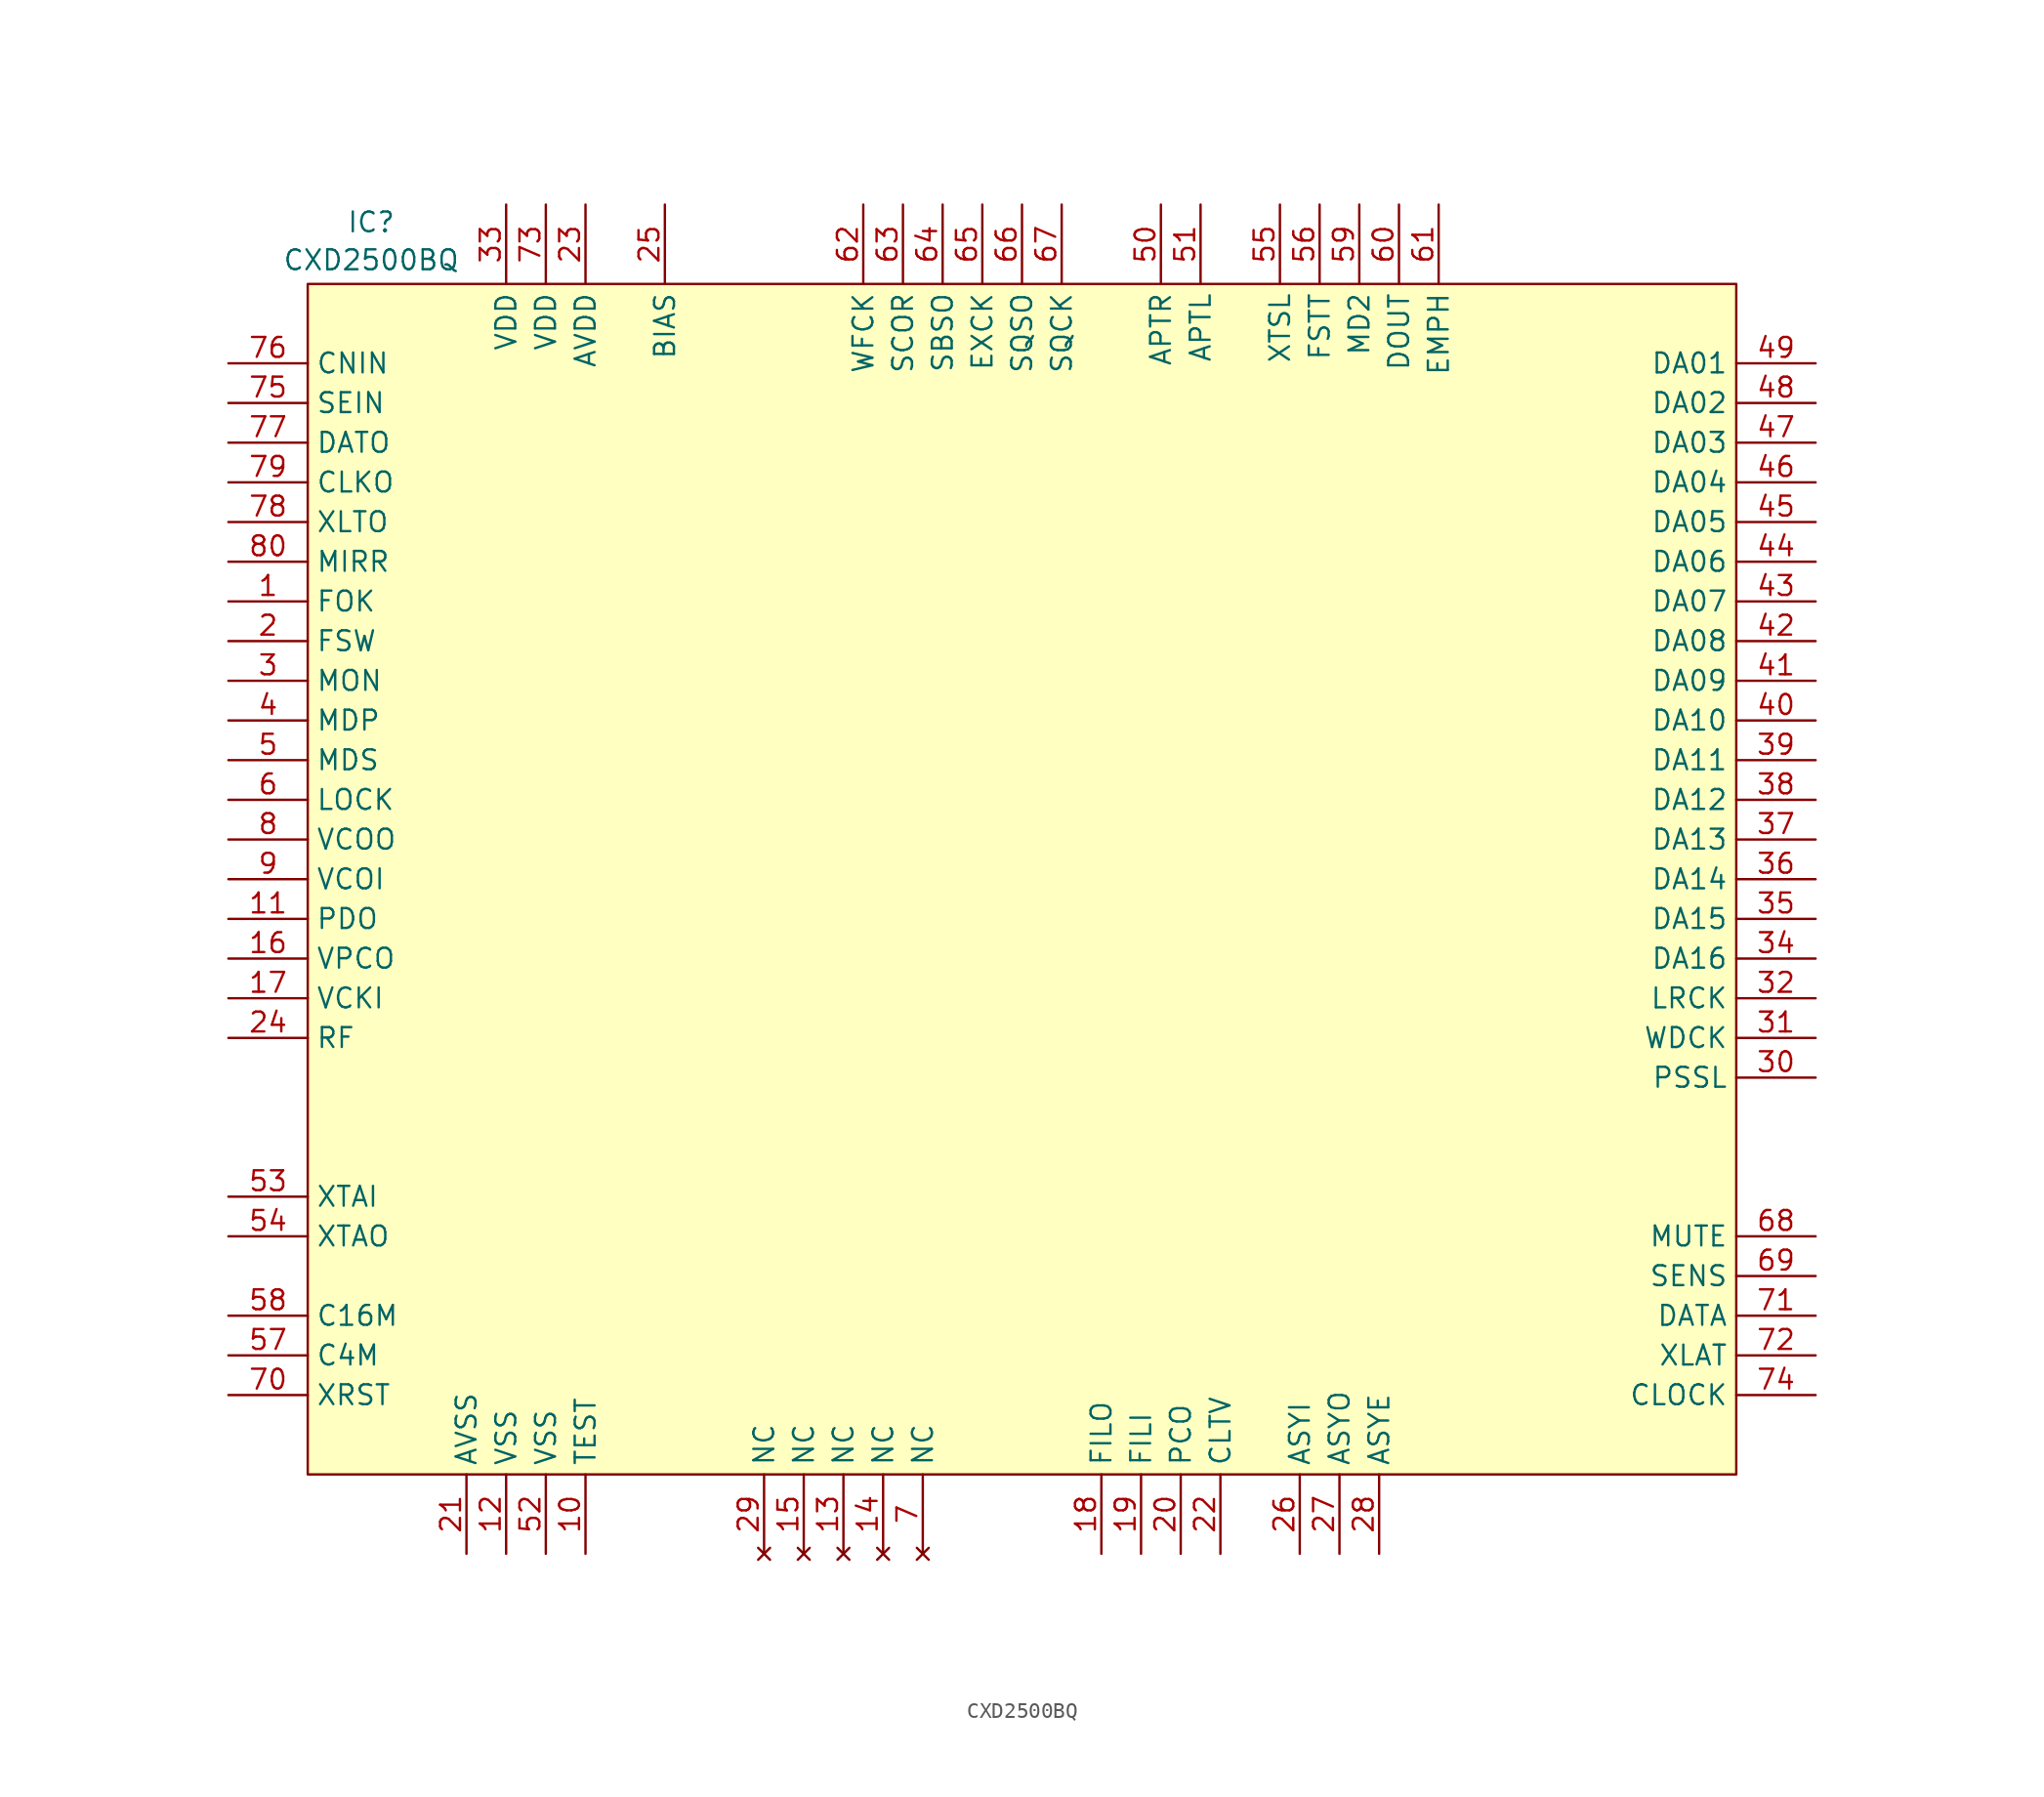
<source format=kicad_sym>
(kicad_symbol_lib
  (version 20231120)
  (generator "kicad_symbol_editor")
  (generator_version "8.0")
  (symbol "CXD2500BQ"
    (property "Reference" "IC"
      (at -41.656 42.048 0)
      (effects (font (size 1.27 1.27))))
    (property "Value" "CXD2500BQ"
      (at -41.656 39.624 0)
      (effects (font (size 1.27 1.27))))
    (symbol "CXD2500BQ_1_1"
      (rectangle (start -45.72 38.1) (end 45.72 -38.1) (stroke (width 0) (type default)) (fill (type background)))
      (pin input line (at -50.8 17.78 0) (length 5.08) (name "FOK" (effects (font (size 1.27 1.27)))) (number "1" (effects (font (size 1.27 1.27)))))
      (pin input line (at -27.94 -43.18 90) (length 5.08) (name "TEST" (effects (font (size 1.27 1.27)))) (number "10" (effects (font (size 1.27 1.27)))))
      (pin output line (at -50.8 -2.54 0) (length 5.08) (name "PDO" (effects (font (size 1.27 1.27)))) (number "11" (effects (font (size 1.27 1.27)))))
      (pin power_in line (at -33.02 -43.18 90) (length 5.08) (name "VSS" (effects (font (size 1.27 1.27)))) (number "12" (effects (font (size 1.27 1.27)))))
      (pin no_connect line (at -11.43 -43.18 90) (length 5.08) (name "NC" (effects (font (size 1.27 1.27)))) (number "13" (effects (font (size 1.27 1.27)))))
      (pin no_connect line (at -8.89 -43.18 90) (length 5.08) (name "NC" (effects (font (size 1.27 1.27)))) (number "14" (effects (font (size 1.27 1.27)))))
      (pin no_connect line (at -13.97 -43.18 90) (length 5.08) (name "NC" (effects (font (size 1.27 1.27)))) (number "15" (effects (font (size 1.27 1.27)))))
      (pin output line (at -50.8 -5.08 0) (length 5.08) (name "VPCO" (effects (font (size 1.27 1.27)))) (number "16" (effects (font (size 1.27 1.27)))))
      (pin input line (at -50.8 -7.62 0) (length 5.08) (name "VCKI" (effects (font (size 1.27 1.27)))) (number "17" (effects (font (size 1.27 1.27)))))
      (pin output line (at 5.08 -43.18 90) (length 5.08) (name "FILO" (effects (font (size 1.27 1.27)))) (number "18" (effects (font (size 1.27 1.27)))))
      (pin input line (at 7.62 -43.18 90) (length 5.08) (name "FILI" (effects (font (size 1.27 1.27)))) (number "19" (effects (font (size 1.27 1.27)))))
      (pin output line (at -50.8 15.24 0) (length 5.08) (name "FSW" (effects (font (size 1.27 1.27)))) (number "2" (effects (font (size 1.27 1.27)))))
      (pin output line (at 10.16 -43.18 90) (length 5.08) (name "PCO" (effects (font (size 1.27 1.27)))) (number "20" (effects (font (size 1.27 1.27)))))
      (pin power_in line (at -35.56 -43.18 90) (length 5.08) (name "AVSS" (effects (font (size 1.27 1.27)))) (number "21" (effects (font (size 1.27 1.27)))))
      (pin input line (at 12.7 -43.18 90) (length 5.08) (name "CLTV" (effects (font (size 1.27 1.27)))) (number "22" (effects (font (size 1.27 1.27)))))
      (pin power_in line (at -27.94 43.18 270) (length 5.08) (name "AVDD" (effects (font (size 1.27 1.27)))) (number "23" (effects (font (size 1.27 1.27)))))
      (pin input line (at -50.8 -10.16 0) (length 5.08) (name "RF" (effects (font (size 1.27 1.27)))) (number "24" (effects (font (size 1.27 1.27)))))
      (pin input line (at -22.86 43.18 270) (length 5.08) (name "BIAS" (effects (font (size 1.27 1.27)))) (number "25" (effects (font (size 1.27 1.27)))))
      (pin input line (at 17.78 -43.18 90) (length 5.08) (name "ASYI" (effects (font (size 1.27 1.27)))) (number "26" (effects (font (size 1.27 1.27)))))
      (pin output line (at 20.32 -43.18 90) (length 5.08) (name "ASYO" (effects (font (size 1.27 1.27)))) (number "27" (effects (font (size 1.27 1.27)))))
      (pin input line (at 22.86 -43.18 90) (length 5.08) (name "ASYE" (effects (font (size 1.27 1.27)))) (number "28" (effects (font (size 1.27 1.27)))))
      (pin no_connect line (at -16.51 -43.18 90) (length 5.08) (name "NC" (effects (font (size 1.27 1.27)))) (number "29" (effects (font (size 1.27 1.27)))))
      (pin output line (at -50.8 12.7 0) (length 5.08) (name "MON" (effects (font (size 1.27 1.27)))) (number "3" (effects (font (size 1.27 1.27)))))
      (pin input line (at 50.8 -12.7 180) (length 5.08) (name "PSSL" (effects (font (size 1.27 1.27)))) (number "30" (effects (font (size 1.27 1.27)))))
      (pin output line (at 50.8 -10.16 180) (length 5.08) (name "WDCK" (effects (font (size 1.27 1.27)))) (number "31" (effects (font (size 1.27 1.27)))))
      (pin output line (at 50.8 -7.62 180) (length 5.08) (name "LRCK" (effects (font (size 1.27 1.27)))) (number "32" (effects (font (size 1.27 1.27)))))
      (pin power_in line (at -33.02 43.18 270) (length 5.08) (name "VDD" (effects (font (size 1.27 1.27)))) (number "33" (effects (font (size 1.27 1.27)))))
      (pin output line (at 50.8 -5.08 180) (length 5.08) (name "DA16" (effects (font (size 1.27 1.27)))) (number "34" (effects (font (size 1.27 1.27)))))
      (pin output line (at 50.8 -2.54 180) (length 5.08) (name "DA15" (effects (font (size 1.27 1.27)))) (number "35" (effects (font (size 1.27 1.27)))))
      (pin output line (at 50.8 0 180) (length 5.08) (name "DA14" (effects (font (size 1.27 1.27)))) (number "36" (effects (font (size 1.27 1.27)))))
      (pin output line (at 50.8 2.54 180) (length 5.08) (name "DA13" (effects (font (size 1.27 1.27)))) (number "37" (effects (font (size 1.27 1.27)))))
      (pin output line (at 50.8 5.08 180) (length 5.08) (name "DA12" (effects (font (size 1.27 1.27)))) (number "38" (effects (font (size 1.27 1.27)))))
      (pin output line (at 50.8 7.62 180) (length 5.08) (name "DA11" (effects (font (size 1.27 1.27)))) (number "39" (effects (font (size 1.27 1.27)))))
      (pin output line (at -50.8 10.16 0) (length 5.08) (name "MDP" (effects (font (size 1.27 1.27)))) (number "4" (effects (font (size 1.27 1.27)))))
      (pin output line (at 50.8 10.16 180) (length 5.08) (name "DA10" (effects (font (size 1.27 1.27)))) (number "40" (effects (font (size 1.27 1.27)))))
      (pin output line (at 50.8 12.7 180) (length 5.08) (name "DA09" (effects (font (size 1.27 1.27)))) (number "41" (effects (font (size 1.27 1.27)))))
      (pin output line (at 50.8 15.24 180) (length 5.08) (name "DA08" (effects (font (size 1.27 1.27)))) (number "42" (effects (font (size 1.27 1.27)))))
      (pin output line (at 50.8 17.78 180) (length 5.08) (name "DA07" (effects (font (size 1.27 1.27)))) (number "43" (effects (font (size 1.27 1.27)))))
      (pin output line (at 50.8 20.32 180) (length 5.08) (name "DA06" (effects (font (size 1.27 1.27)))) (number "44" (effects (font (size 1.27 1.27)))))
      (pin output line (at 50.8 22.86 180) (length 5.08) (name "DA05" (effects (font (size 1.27 1.27)))) (number "45" (effects (font (size 1.27 1.27)))))
      (pin output line (at 50.8 25.4 180) (length 5.08) (name "DA04" (effects (font (size 1.27 1.27)))) (number "46" (effects (font (size 1.27 1.27)))))
      (pin output line (at 50.8 27.94 180) (length 5.08) (name "DA03" (effects (font (size 1.27 1.27)))) (number "47" (effects (font (size 1.27 1.27)))))
      (pin output line (at 50.8 30.48 180) (length 5.08) (name "DA02" (effects (font (size 1.27 1.27)))) (number "48" (effects (font (size 1.27 1.27)))))
      (pin output line (at 50.8 33.02 180) (length 5.08) (name "DA01" (effects (font (size 1.27 1.27)))) (number "49" (effects (font (size 1.27 1.27)))))
      (pin output line (at -50.8 7.62 0) (length 5.08) (name "MDS" (effects (font (size 1.27 1.27)))) (number "5" (effects (font (size 1.27 1.27)))))
      (pin output line (at 8.89 43.18 270) (length 5.08) (name "APTR" (effects (font (size 1.27 1.27)))) (number "50" (effects (font (size 1.27 1.27)))))
      (pin output line (at 11.43 43.18 270) (length 5.08) (name "APTL" (effects (font (size 1.27 1.27)))) (number "51" (effects (font (size 1.27 1.27)))))
      (pin power_in line (at -30.48 -43.18 90) (length 5.08) (name "VSS" (effects (font (size 1.27 1.27)))) (number "52" (effects (font (size 1.27 1.27)))))
      (pin input line (at -50.8 -20.32 0) (length 5.08) (name "XTAI" (effects (font (size 1.27 1.27)))) (number "53" (effects (font (size 1.27 1.27)))))
      (pin output line (at -50.8 -22.86 0) (length 5.08) (name "XTAO" (effects (font (size 1.27 1.27)))) (number "54" (effects (font (size 1.27 1.27)))))
      (pin input line (at 16.51 43.18 270) (length 5.08) (name "XTSL" (effects (font (size 1.27 1.27)))) (number "55" (effects (font (size 1.27 1.27)))))
      (pin output line (at 19.05 43.18 270) (length 5.08) (name "FSTT" (effects (font (size 1.27 1.27)))) (number "56" (effects (font (size 1.27 1.27)))))
      (pin output line (at -50.8 -30.48 0) (length 5.08) (name "C4M" (effects (font (size 1.27 1.27)))) (number "57" (effects (font (size 1.27 1.27)))))
      (pin output line (at -50.8 -27.94 0) (length 5.08) (name "C16M" (effects (font (size 1.27 1.27)))) (number "58" (effects (font (size 1.27 1.27)))))
      (pin input line (at 21.59 43.18 270) (length 5.08) (name "MD2" (effects (font (size 1.27 1.27)))) (number "59" (effects (font (size 1.27 1.27)))))
      (pin output line (at -50.8 5.08 0) (length 5.08) (name "LOCK" (effects (font (size 1.27 1.27)))) (number "6" (effects (font (size 1.27 1.27)))))
      (pin output line (at 24.13 43.18 270) (length 5.08) (name "DOUT" (effects (font (size 1.27 1.27)))) (number "60" (effects (font (size 1.27 1.27)))))
      (pin output line (at 26.67 43.18 270) (length 5.08) (name "EMPH" (effects (font (size 1.27 1.27)))) (number "61" (effects (font (size 1.27 1.27)))))
      (pin output line (at -10.16 43.18 270) (length 5.08) (name "WFCK" (effects (font (size 1.27 1.27)))) (number "62" (effects (font (size 1.27 1.27)))))
      (pin output line (at -7.62 43.18 270) (length 5.08) (name "SCOR" (effects (font (size 1.27 1.27)))) (number "63" (effects (font (size 1.27 1.27)))))
      (pin output line (at -5.08 43.18 270) (length 5.08) (name "SBSO" (effects (font (size 1.27 1.27)))) (number "64" (effects (font (size 1.27 1.27)))))
      (pin input line (at -2.54 43.18 270) (length 5.08) (name "EXCK" (effects (font (size 1.27 1.27)))) (number "65" (effects (font (size 1.27 1.27)))))
      (pin output line (at 0 43.18 270) (length 5.08) (name "SQSO" (effects (font (size 1.27 1.27)))) (number "66" (effects (font (size 1.27 1.27)))))
      (pin input line (at 2.54 43.18 270) (length 5.08) (name "SQCK" (effects (font (size 1.27 1.27)))) (number "67" (effects (font (size 1.27 1.27)))))
      (pin input line (at 50.8 -22.86 180) (length 5.08) (name "MUTE" (effects (font (size 1.27 1.27)))) (number "68" (effects (font (size 1.27 1.27)))))
      (pin open_collector line (at 50.8 -25.4 180) (length 5.08) (name "SENS" (effects (font (size 1.27 1.27)))) (number "69" (effects (font (size 1.27 1.27)))))
      (pin no_connect line (at -6.35 -43.18 90) (length 5.08) (name "NC" (effects (font (size 1.27 1.27)))) (number "7" (effects (font (size 1.27 1.27)))))
      (pin input line (at -50.8 -33.02 0) (length 5.08) (name "XRST" (effects (font (size 1.27 1.27)))) (number "70" (effects (font (size 1.27 1.27)))))
      (pin input line (at 50.8 -27.94 180) (length 5.08) (name "DATA" (effects (font (size 1.27 1.27)))) (number "71" (effects (font (size 1.27 1.27)))))
      (pin input line (at 50.8 -30.48 180) (length 5.08) (name "XLAT" (effects (font (size 1.27 1.27)))) (number "72" (effects (font (size 1.27 1.27)))))
      (pin power_in line (at -30.48 43.18 270) (length 5.08) (name "VDD" (effects (font (size 1.27 1.27)))) (number "73" (effects (font (size 1.27 1.27)))))
      (pin input line (at 50.8 -33.02 180) (length 5.08) (name "CLOCK" (effects (font (size 1.27 1.27)))) (number "74" (effects (font (size 1.27 1.27)))))
      (pin input line (at -50.8 30.48 0) (length 5.08) (name "SEIN" (effects (font (size 1.27 1.27)))) (number "75" (effects (font (size 1.27 1.27)))))
      (pin input line (at -50.8 33.02 0) (length 5.08) (name "CNIN" (effects (font (size 1.27 1.27)))) (number "76" (effects (font (size 1.27 1.27)))))
      (pin output line (at -50.8 27.94 0) (length 5.08) (name "DATO" (effects (font (size 1.27 1.27)))) (number "77" (effects (font (size 1.27 1.27)))))
      (pin output line (at -50.8 22.86 0) (length 5.08) (name "XLTO" (effects (font (size 1.27 1.27)))) (number "78" (effects (font (size 1.27 1.27)))))
      (pin output line (at -50.8 25.4 0) (length 5.08) (name "CLKO" (effects (font (size 1.27 1.27)))) (number "79" (effects (font (size 1.27 1.27)))))
      (pin output line (at -50.8 2.54 0) (length 5.08) (name "VCOO" (effects (font (size 1.27 1.27)))) (number "8" (effects (font (size 1.27 1.27)))))
      (pin input line (at -50.8 20.32 0) (length 5.08) (name "MIRR" (effects (font (size 1.27 1.27)))) (number "80" (effects (font (size 1.27 1.27)))))
      (pin input line (at -50.8 0 0) (length 5.08) (name "VCOI" (effects (font (size 1.27 1.27)))) (number "9" (effects (font (size 1.27 1.27))))))))
</source>
